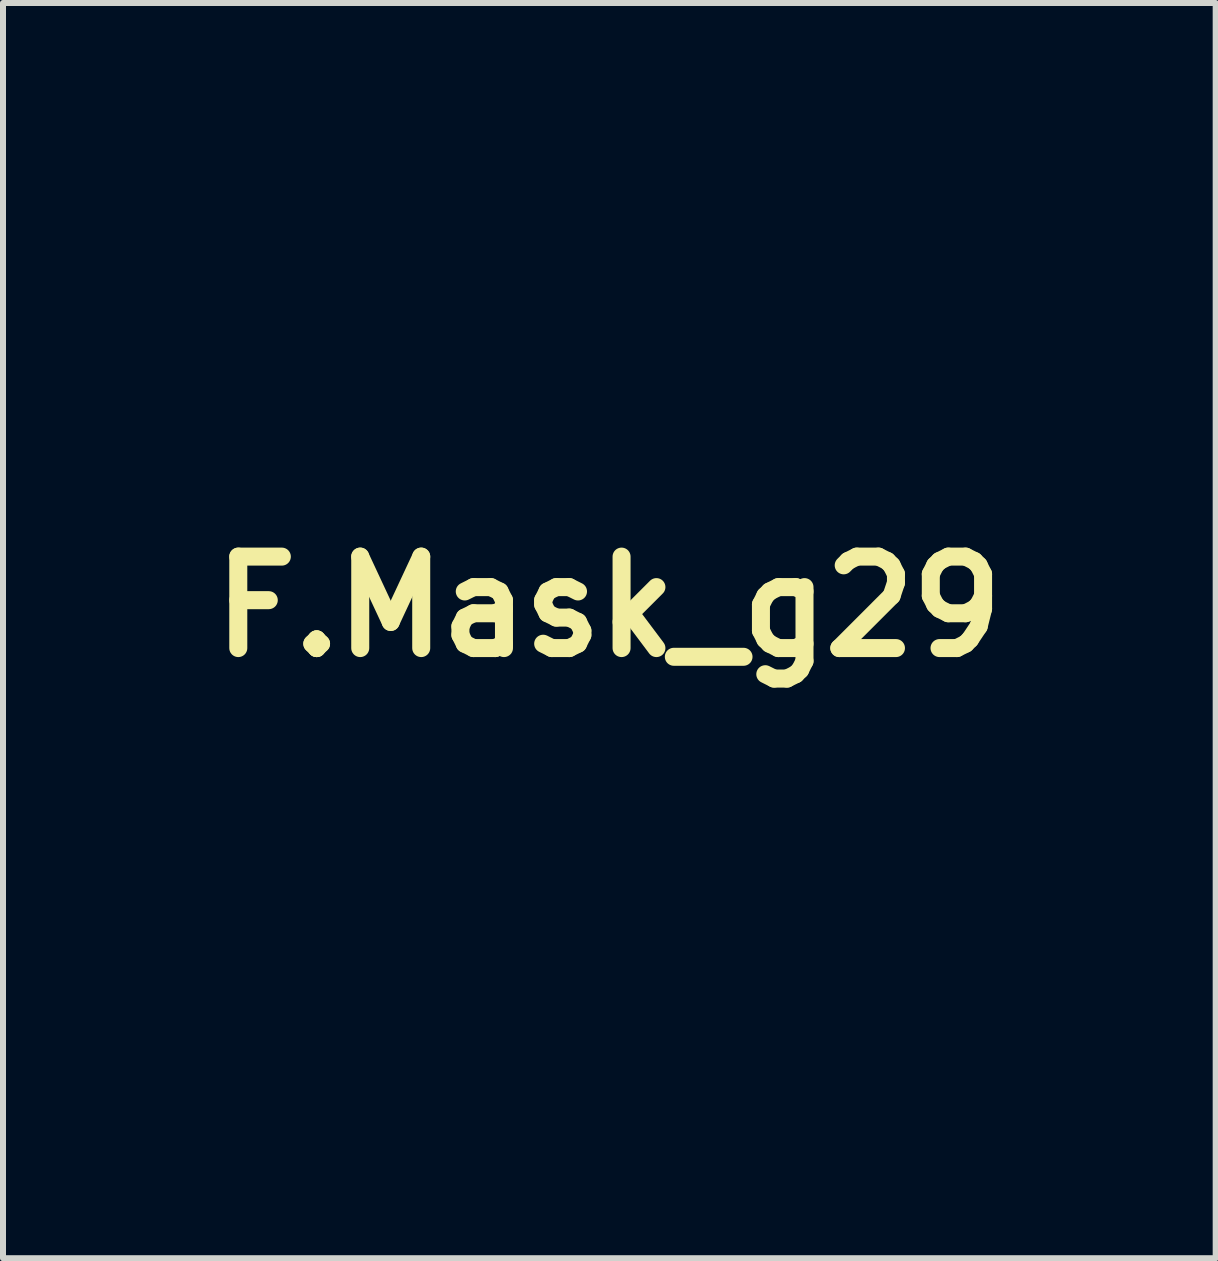
<source format=kicad_pcb>
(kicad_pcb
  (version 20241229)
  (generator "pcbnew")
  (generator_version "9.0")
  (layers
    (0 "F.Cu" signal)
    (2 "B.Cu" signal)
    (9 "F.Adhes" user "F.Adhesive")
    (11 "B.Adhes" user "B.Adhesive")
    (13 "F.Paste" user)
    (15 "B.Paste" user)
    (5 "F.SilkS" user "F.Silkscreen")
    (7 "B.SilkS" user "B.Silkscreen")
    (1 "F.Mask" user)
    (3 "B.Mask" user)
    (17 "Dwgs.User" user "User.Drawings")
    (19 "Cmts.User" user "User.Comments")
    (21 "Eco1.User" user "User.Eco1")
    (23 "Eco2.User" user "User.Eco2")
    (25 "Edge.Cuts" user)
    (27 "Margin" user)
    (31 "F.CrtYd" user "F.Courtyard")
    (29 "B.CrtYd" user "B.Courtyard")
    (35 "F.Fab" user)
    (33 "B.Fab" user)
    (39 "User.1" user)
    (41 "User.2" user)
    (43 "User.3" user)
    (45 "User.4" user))
  (footprint "F.Mask_g29"
    (layer "F.Cu")
    (at 7.089 7.059)
    (property "Reference" "F.Mask_g29" (at 0 0 0) (layer "F.SilkS") (effects (font (size 1.524 1.524) (thickness 0.3))))
    (attr through_hole)
    (fp_poly (pts (xy -1.77 0.41) (xy -1.739 0.425) (xy -1.693 0.468) (xy -1.672 0.513) (xy -1.65 0.556) (xy -1.595 0.621) (xy -1.506 0.707) (xy -1.445 0.763) (xy -1.228 0.955) (xy -1.228 1.527) (xy -1.227 1.699) (xy -1.227 1.833) (xy -1.225 1.935) (xy -1.222 2.01) (xy -1.218 2.064) (xy -1.211 2.101) (xy -1.203 2.126) (xy -1.191 2.145) (xy -1.187 2.152) (xy -1.159 2.211) (xy -1.167 2.265) (xy -1.201 2.306) (xy -1.254 2.327) (xy -1.32 2.323) (xy -1.36 2.305) (xy -1.388 2.268) (xy -1.396 2.212) (xy -1.395 2.208) (xy -1.312 2.208) (xy -1.303 2.244) (xy -1.298 2.251) (xy -1.274 2.252) (xy -1.248 2.232) (xy -1.238 2.205) (xy -1.24 2.199) (xy -1.268 2.181) (xy -1.299 2.186) (xy -1.312 2.208) (xy -1.395 2.208) (xy -1.382 2.159) (xy -1.365 2.138) (xy -1.356 2.124) (xy -1.348 2.098) (xy -1.342 2.055) (xy -1.338 1.989) (xy -1.336 1.898) (xy -1.334 1.775) (xy -1.334 1.616) (xy -1.333 1.547) (xy -1.333 0.982) (xy -1.526 0.814) (xy -1.605 0.748) (xy -1.676 0.693) (xy -1.732 0.654) (xy -1.764 0.639) (xy -1.842 0.616) (xy -1.891 0.574) (xy -1.908 0.523) (xy -1.833 0.523) (xy -1.831 0.529) (xy -1.799 0.549) (xy -1.761 0.543) (xy -1.747 0.531) (xy -1.75 0.504) (xy -1.758 0.497) (xy -1.791 0.491) (xy -1.822 0.502) (xy -1.833 0.523) (xy -1.908 0.523) (xy -1.908 0.523) (xy -1.891 0.47) (xy -1.85 0.43) (xy -1.806 0.407) (xy -1.77 0.41)) (stroke (width 0.01) (type solid)) (fill yes) (layer "F.Mask"))
    (fp_poly (pts (xy 0.925 -1.145) (xy 0.971 -1.11) (xy 0.994 -1.051) (xy 0.995 -1.036) (xy 0.985 -0.984) (xy 0.963 -0.96) (xy 0.954 -0.951) (xy 0.946 -0.931) (xy 0.941 -0.893) (xy 0.937 -0.834) (xy 0.934 -0.749) (xy 0.933 -0.634) (xy 0.933 -0.483) (xy 0.933 -0.373) (xy 0.935 0.201) (xy 1.344 0.561) (xy 1.482 0.681) (xy 1.593 0.775) (xy 1.678 0.844) (xy 1.742 0.891) (xy 1.788 0.918) (xy 1.816 0.927) (xy 1.885 0.95) (xy 1.93 0.994) (xy 1.942 1.053) (xy 1.939 1.066) (xy 1.908 1.115) (xy 1.851 1.144) (xy 1.786 1.146) (xy 1.754 1.135) (xy 1.709 1.091) (xy 1.697 1.047) (xy 1.696 1.044) (xy 1.782 1.044) (xy 1.786 1.074) (xy 1.813 1.076) (xy 1.846 1.055) (xy 1.852 1.037) (xy 1.839 1.01) (xy 1.811 1.008) (xy 1.786 1.03) (xy 1.782 1.044) (xy 1.696 1.044) (xy 1.69 1.024) (xy 1.671 0.993) (xy 1.637 0.954) (xy 1.585 0.901) (xy 1.512 0.831) (xy 1.413 0.742) (xy 1.286 0.63) (xy 1.257 0.604) (xy 0.826 0.225) (xy 0.826 -0.364) (xy 0.825 -0.564) (xy 0.822 -0.724) (xy 0.818 -0.841) (xy 0.813 -0.917) (xy 0.806 -0.951) (xy 0.804 -0.953) (xy 0.778 -0.971) (xy 0.761 -1.013) (xy 0.76 -1.041) (xy 0.838 -1.041) (xy 0.859 -1.015) (xy 0.885 -1.005) (xy 0.891 -1.007) (xy 0.909 -1.036) (xy 0.91 -1.049) (xy 0.894 -1.075) (xy 0.861 -1.078) (xy 0.84 -1.066) (xy 0.838 -1.041) (xy 0.76 -1.041) (xy 0.758 -1.061) (xy 0.766 -1.086) (xy 0.81 -1.135) (xy 0.867 -1.154) (xy 0.925 -1.145)) (stroke (width 0.01) (type solid)) (fill yes) (layer "F.Mask"))
    (fp_poly (pts (xy 1.363 -1.14) (xy 1.417 -1.099) (xy 1.431 -1.045) (xy 1.405 -0.98) (xy 1.399 -0.972) (xy 1.386 -0.952) (xy 1.375 -0.929) (xy 1.367 -0.898) (xy 1.362 -0.854) (xy 1.358 -0.791) (xy 1.356 -0.703) (xy 1.355 -0.586) (xy 1.355 -0.435) (xy 1.355 -0.363) (xy 1.355 0.187) (xy 1.56 0.368) (xy 1.66 0.454) (xy 1.734 0.51) (xy 1.788 0.542) (xy 1.822 0.55) (xy 1.88 0.567) (xy 1.927 0.606) (xy 1.947 0.657) (xy 1.947 0.66) (xy 1.929 0.706) (xy 1.882 0.741) (xy 1.822 0.76) (xy 1.761 0.759) (xy 1.719 0.737) (xy 1.699 0.697) (xy 1.693 0.662) (xy 1.785 0.662) (xy 1.8 0.692) (xy 1.82 0.699) (xy 1.847 0.683) (xy 1.853 0.675) (xy 1.856 0.643) (xy 1.833 0.622) (xy 1.803 0.624) (xy 1.797 0.629) (xy 1.785 0.662) (xy 1.693 0.662) (xy 1.693 0.657) (xy 1.68 0.616) (xy 1.641 0.565) (xy 1.571 0.5) (xy 1.493 0.433) (xy 1.411 0.36) (xy 1.352 0.306) (xy 1.255 0.215) (xy 1.258 -0.35) (xy 1.259 -0.521) (xy 1.259 -0.654) (xy 1.258 -0.755) (xy 1.255 -0.83) (xy 1.251 -0.882) (xy 1.245 -0.918) (xy 1.236 -0.943) (xy 1.225 -0.962) (xy 1.222 -0.965) (xy 1.191 -1.03) (xy 1.193 -1.045) (xy 1.273 -1.045) (xy 1.277 -1.028) (xy 1.301 -1.009) (xy 1.335 -1.012) (xy 1.354 -1.036) (xy 1.355 -1.04) (xy 1.338 -1.063) (xy 1.303 -1.077) (xy 1.277 -1.072) (xy 1.273 -1.045) (xy 1.193 -1.045) (xy 1.199 -1.088) (xy 1.244 -1.133) (xy 1.252 -1.138) (xy 1.309 -1.154) (xy 1.363 -1.14)) (stroke (width 0.01) (type solid)) (fill yes) (layer "F.Mask"))
    (fp_poly (pts (xy -4.595 -7.046) (xy -4.561 -7.027) (xy -4.535 -6.981) (xy -4.534 -6.92) (xy -4.549 -6.881) (xy -4.581 -6.858) (xy -4.635 -6.84) (xy -4.642 -6.839) (xy -4.673 -6.828) (xy -4.716 -6.803) (xy -4.774 -6.762) (xy -4.851 -6.7) (xy -4.95 -6.617) (xy -5.075 -6.508) (xy -5.131 -6.458) (xy -5.546 -6.09) (xy -5.546 0.802) (xy -5.98 1.187) (xy -6.117 1.31) (xy -6.225 1.408) (xy -6.306 1.485) (xy -6.362 1.542) (xy -6.396 1.584) (xy -6.412 1.612) (xy -6.413 1.621) (xy -6.431 1.669) (xy -6.474 1.713) (xy -6.526 1.735) (xy -6.536 1.736) (xy -6.569 1.722) (xy -6.611 1.688) (xy -6.615 1.684) (xy -6.648 1.628) (xy -6.648 1.626) (xy -6.573 1.626) (xy -6.571 1.632) (xy -6.543 1.65) (xy -6.511 1.645) (xy -6.498 1.623) (xy -6.507 1.587) (xy -6.512 1.581) (xy -6.537 1.579) (xy -6.563 1.6) (xy -6.573 1.626) (xy -6.648 1.626) (xy -6.645 1.573) (xy -6.61 1.528) (xy -6.549 1.505) (xy -6.525 1.503) (xy -6.494 1.491) (xy -6.44 1.454) (xy -6.36 1.392) (xy -6.253 1.303) (xy -6.118 1.185) (xy -6.053 1.128) (xy -5.63 0.753) (xy -5.63 -6.137) (xy -5.207 -6.514) (xy -5.063 -6.643) (xy -4.95 -6.748) (xy -4.867 -6.828) (xy -4.814 -6.886) (xy -4.787 -6.923) (xy -4.784 -6.934) (xy -4.783 -6.937) (xy -4.694 -6.937) (xy -4.688 -6.92) (xy -4.661 -6.905) (xy -4.632 -6.921) (xy -4.618 -6.95) (xy -4.627 -6.98) (xy -4.643 -6.985) (xy -4.682 -6.97) (xy -4.694 -6.937) (xy -4.783 -6.937) (xy -4.765 -6.99) (xy -4.719 -7.031) (xy -4.657 -7.052) (xy -4.595 -7.046)) (stroke (width 0.01) (type solid)) (fill yes) (layer "F.Mask"))
    (fp_poly (pts (xy -5.035 -7.044) (xy -4.982 -7.009) (xy -4.96 -6.96) (xy -4.967 -6.907) (xy -5 -6.863) (xy -5.057 -6.839) (xy -5.079 -6.837) (xy -5.105 -6.83) (xy -5.145 -6.807) (xy -5.201 -6.767) (xy -5.277 -6.706) (xy -5.375 -6.622) (xy -5.501 -6.512) (xy -5.552 -6.466) (xy -5.969 -6.095) (xy -5.969 0.795) (xy -6.401 1.175) (xy -6.534 1.293) (xy -6.638 1.386) (xy -6.716 1.459) (xy -6.771 1.514) (xy -6.807 1.556) (xy -6.828 1.586) (xy -6.835 1.609) (xy -6.835 1.613) (xy -6.856 1.671) (xy -6.904 1.716) (xy -6.965 1.736) (xy -6.969 1.736) (xy -7.011 1.721) (xy -7.048 1.693) (xy -7.084 1.635) (xy -7.084 1.624) (xy -7.002 1.624) (xy -6.992 1.637) (xy -6.958 1.651) (xy -6.929 1.639) (xy -6.921 1.619) (xy -6.939 1.593) (xy -6.964 1.587) (xy -7.001 1.598) (xy -7.002 1.624) (xy -7.084 1.624) (xy -7.082 1.579) (xy -7.046 1.532) (xy -6.979 1.503) (xy -6.956 1.499) (xy -6.923 1.486) (xy -6.869 1.451) (xy -6.793 1.393) (xy -6.692 1.31) (xy -6.563 1.199) (xy -6.486 1.132) (xy -6.077 0.773) (xy -6.076 -2.678) (xy -6.075 -6.128) (xy -5.643 -6.509) (xy -5.51 -6.627) (xy -5.406 -6.721) (xy -5.328 -6.794) (xy -5.272 -6.85) (xy -5.235 -6.892) (xy -5.213 -6.924) (xy -5.207 -6.942) (xy -5.123 -6.942) (xy -5.108 -6.914) (xy -5.077 -6.905) (xy -5.052 -6.926) (xy -5.048 -6.944) (xy -5.066 -6.973) (xy -5.085 -6.981) (xy -5.115 -6.972) (xy -5.123 -6.942) (xy -5.207 -6.942) (xy -5.204 -6.949) (xy -5.204 -6.953) (xy -5.179 -7.015) (xy -5.127 -7.049) (xy -5.057 -7.051) (xy -5.035 -7.044)) (stroke (width 0.01) (type solid)) (fill yes) (layer "F.Mask"))
    (fp_poly (pts (xy -1.739 0.033) (xy -1.696 0.066) (xy -1.677 0.117) (xy -1.67 0.14) (xy -1.653 0.169) (xy -1.621 0.208) (xy -1.571 0.259) (xy -1.501 0.326) (xy -1.406 0.412) (xy -1.283 0.521) (xy -1.238 0.561) (xy -0.806 0.942) (xy -0.805 1.525) (xy -0.805 1.697) (xy -0.804 1.832) (xy -0.802 1.935) (xy -0.8 2.01) (xy -0.795 2.063) (xy -0.789 2.098) (xy -0.781 2.121) (xy -0.77 2.136) (xy -0.762 2.144) (xy -0.725 2.197) (xy -0.728 2.253) (xy -0.758 2.293) (xy -0.819 2.324) (xy -0.885 2.322) (xy -0.939 2.29) (xy -0.97 2.232) (xy -0.97 2.229) (xy -0.882 2.229) (xy -0.867 2.258) (xy -0.847 2.265) (xy -0.82 2.249) (xy -0.814 2.242) (xy -0.811 2.21) (xy -0.834 2.188) (xy -0.864 2.19) (xy -0.87 2.195) (xy -0.882 2.229) (xy -0.97 2.229) (xy -0.96 2.175) (xy -0.931 2.138) (xy -0.918 2.123) (xy -0.908 2.104) (xy -0.901 2.075) (xy -0.896 2.031) (xy -0.892 1.968) (xy -0.89 1.88) (xy -0.889 1.761) (xy -0.889 1.607) (xy -0.889 1.547) (xy -0.889 0.999) (xy -1.307 0.627) (xy -1.434 0.515) (xy -1.545 0.42) (xy -1.638 0.344) (xy -1.709 0.289) (xy -1.754 0.259) (xy -1.768 0.254) (xy -1.834 0.237) (xy -1.884 0.192) (xy -1.902 0.142) (xy -1.833 0.142) (xy -1.831 0.148) (xy -1.799 0.168) (xy -1.761 0.162) (xy -1.747 0.15) (xy -1.75 0.123) (xy -1.758 0.116) (xy -1.791 0.11) (xy -1.822 0.121) (xy -1.833 0.142) (xy -1.902 0.142) (xy -1.905 0.133) (xy -1.905 0.129) (xy -1.889 0.073) (xy -1.847 0.038) (xy -1.794 0.024) (xy -1.739 0.033)) (stroke (width 0.01) (type solid)) (fill yes) (layer "F.Mask"))
    (fp_poly (pts (xy -5.031 0.991) (xy -4.983 1.026) (xy -4.97 1.047) (xy -4.962 1.109) (xy -4.988 1.164) (xy -5.038 1.2) (xy -5.078 1.206) (xy -5.103 1.212) (xy -5.139 1.231) (xy -5.189 1.265) (xy -5.257 1.318) (xy -5.346 1.392) (xy -5.46 1.49) (xy -5.552 1.572) (xy -5.967 1.937) (xy -5.968 5.747) (xy -4.711 6.858) (xy -2.985 6.858) (xy -1.259 6.859) (xy -0.832 7.239) (xy -0.693 7.363) (xy -0.581 7.459) (xy -0.495 7.53) (xy -0.43 7.579) (xy -0.384 7.608) (xy -0.355 7.62) (xy -0.351 7.62) (xy -0.292 7.636) (xy -0.241 7.677) (xy -0.213 7.728) (xy -0.212 7.744) (xy -0.23 7.797) (xy -0.275 7.834) (xy -0.334 7.85) (xy -0.393 7.841) (xy -0.429 7.816) (xy -0.459 7.764) (xy -0.467 7.736) (xy -0.381 7.736) (xy -0.363 7.762) (xy -0.339 7.768) (xy -0.304 7.755) (xy -0.296 7.736) (xy -0.314 7.711) (xy -0.339 7.705) (xy -0.373 7.718) (xy -0.381 7.736) (xy -0.467 7.736) (xy -0.469 7.73) (xy -0.489 7.697) (xy -0.541 7.638) (xy -0.627 7.553) (xy -0.745 7.443) (xy -0.889 7.312) (xy -1.302 6.944) (xy -3.029 6.944) (xy -4.757 6.943) (xy -6.075 5.775) (xy -6.075 1.914) (xy -5.641 1.528) (xy -5.506 1.406) (xy -5.4 1.31) (xy -5.32 1.234) (xy -5.264 1.177) (xy -5.229 1.135) (xy -5.211 1.106) (xy -5.207 1.09) (xy -5.207 1.089) (xy -5.122 1.089) (xy -5.105 1.116) (xy -5.078 1.122) (xy -5.046 1.112) (xy -5.043 1.095) (xy -5.066 1.069) (xy -5.098 1.063) (xy -5.12 1.078) (xy -5.122 1.089) (xy -5.207 1.089) (xy -5.19 1.034) (xy -5.146 0.997) (xy -5.089 0.982) (xy -5.031 0.991)) (stroke (width 0.01) (type solid)) (fill yes) (layer "F.Mask"))
    (fp_poly (pts (xy 1.294 -4.744) (xy 1.338 -4.698) (xy 1.355 -4.643) (xy 1.37 -4.614) (xy 1.418 -4.56) (xy 1.497 -4.481) (xy 1.609 -4.377) (xy 1.754 -4.247) (xy 1.777 -4.226) (xy 2.199 -3.852) (xy 4.786 -3.852) (xy 5.441 -3.27) (xy 6.096 -2.687) (xy 6.097 -0.005) (xy 6.098 2.678) (xy 6.519 3.048) (xy 6.645 3.158) (xy 6.756 3.251) (xy 6.848 3.326) (xy 6.918 3.379) (xy 6.962 3.407) (xy 6.975 3.412) (xy 7.028 3.42) (xy 7.078 3.455) (xy 7.109 3.503) (xy 7.112 3.523) (xy 7.095 3.584) (xy 7.051 3.625) (xy 6.993 3.642) (xy 6.934 3.631) (xy 6.891 3.594) (xy 6.866 3.545) (xy 6.864 3.538) (xy 6.949 3.538) (xy 6.971 3.555) (xy 6.983 3.556) (xy 7.02 3.543) (xy 7.027 3.523) (xy 7.011 3.497) (xy 6.992 3.496) (xy 6.957 3.514) (xy 6.949 3.538) (xy 6.864 3.538) (xy 6.858 3.51) (xy 6.843 3.486) (xy 6.799 3.438) (xy 6.73 3.37) (xy 6.641 3.286) (xy 6.535 3.188) (xy 6.435 3.098) (xy 6.011 2.722) (xy 6.011 -2.64) (xy 4.739 -3.768) (xy 3.444 -3.768) (xy 2.148 -3.769) (xy 1.721 -4.149) (xy 1.581 -4.273) (xy 1.469 -4.369) (xy 1.382 -4.441) (xy 1.317 -4.49) (xy 1.272 -4.519) (xy 1.243 -4.529) (xy 1.239 -4.53) (xy 1.184 -4.545) (xy 1.134 -4.582) (xy 1.104 -4.628) (xy 1.101 -4.646) (xy 1.185 -4.646) (xy 1.203 -4.62) (xy 1.228 -4.614) (xy 1.262 -4.628) (xy 1.27 -4.646) (xy 1.252 -4.672) (xy 1.228 -4.678) (xy 1.193 -4.665) (xy 1.185 -4.646) (xy 1.101 -4.646) (xy 1.119 -4.692) (xy 1.162 -4.734) (xy 1.215 -4.76) (xy 1.235 -4.763) (xy 1.294 -4.744)) (stroke (width 0.01) (type solid)) (fill yes) (layer "F.Mask"))
    (fp_poly (pts (xy -1.224 -1.142) (xy -1.176 -1.099) (xy -1.168 -1.086) (xy -1.16 -1.042) (xy -1.169 -0.994) (xy -1.19 -0.959) (xy -1.206 -0.953) (xy -1.215 -0.932) (xy -1.221 -0.87) (xy -1.226 -0.768) (xy -1.228 -0.629) (xy -1.228 -0.573) (xy -1.228 -0.193) (xy -1.022 -0.012) (xy -0.817 0.169) (xy -0.196 0.169) (xy -0.017 0.169) (xy 0.124 0.169) (xy 0.232 0.167) (xy 0.314 0.165) (xy 0.373 0.161) (xy 0.415 0.156) (xy 0.444 0.148) (xy 0.466 0.138) (xy 0.485 0.125) (xy 0.489 0.122) (xy 0.534 0.093) (xy 0.567 0.088) (xy 0.607 0.105) (xy 0.61 0.107) (xy 0.658 0.153) (xy 0.673 0.194) (xy 0.663 0.256) (xy 0.625 0.298) (xy 0.568 0.316) (xy 0.504 0.304) (xy 0.475 0.286) (xy 0.457 0.277) (xy 0.426 0.27) (xy 0.377 0.265) (xy 0.307 0.261) (xy 0.21 0.258) (xy 0.083 0.256) (xy -0.078 0.255) (xy -0.216 0.255) (xy -0.867 0.254) (xy -0.91 0.215) (xy 0.514 0.215) (xy 0.536 0.232) (xy 0.549 0.233) (xy 0.585 0.219) (xy 0.593 0.2) (xy 0.577 0.174) (xy 0.557 0.173) (xy 0.522 0.191) (xy 0.514 0.215) (xy -0.91 0.215) (xy -1.332 -0.159) (xy -1.333 -0.553) (xy -1.333 -0.695) (xy -1.335 -0.8) (xy -1.339 -0.873) (xy -1.345 -0.921) (xy -1.353 -0.948) (xy -1.364 -0.959) (xy -1.365 -0.96) (xy -1.389 -0.989) (xy -1.397 -1.036) (xy -1.392 -1.055) (xy -1.326 -1.055) (xy -1.313 -1.027) (xy -1.312 -1.026) (xy -1.283 -1.006) (xy -1.256 -1.019) (xy -1.239 -1.049) (xy -1.247 -1.064) (xy -1.282 -1.076) (xy -1.303 -1.071) (xy -1.326 -1.055) (xy -1.392 -1.055) (xy -1.38 -1.099) (xy -1.338 -1.139) (xy -1.282 -1.155) (xy -1.224 -1.142)) (stroke (width 0.01) (type solid)) (fill yes) (layer "F.Mask"))
    (fp_poly (pts (xy -0.392 -6.92) (xy 0.269 -6.333) (xy 0.93 -5.747) (xy 0.932 -4.784) (xy 0.934 -3.821) (xy 1.348 -3.455) (xy 1.481 -3.339) (xy 1.587 -3.249) (xy 1.669 -3.182) (xy 1.73 -3.135) (xy 1.775 -3.107) (xy 1.807 -3.093) (xy 1.823 -3.09) (xy 1.886 -3.072) (xy 1.917 -3.038) (xy 1.94 -2.974) (xy 1.922 -2.919) (xy 1.872 -2.882) (xy 1.832 -2.864) (xy 1.808 -2.861) (xy 1.778 -2.874) (xy 1.757 -2.885) (xy 1.709 -2.93) (xy 1.697 -2.97) (xy 1.696 -2.973) (xy 1.778 -2.973) (xy 1.793 -2.947) (xy 1.825 -2.945) (xy 1.854 -2.966) (xy 1.852 -2.993) (xy 1.826 -3.014) (xy 1.796 -3.014) (xy 1.795 -3.014) (xy 1.779 -2.986) (xy 1.778 -2.973) (xy 1.696 -2.973) (xy 1.688 -2.994) (xy 1.665 -3.028) (xy 1.623 -3.074) (xy 1.561 -3.137) (xy 1.475 -3.218) (xy 1.362 -3.321) (xy 1.258 -3.413) (xy 0.826 -3.798) (xy 0.826 -5.711) (xy 0.196 -6.273) (xy -0.434 -6.834) (xy -2.138 -6.836) (xy -3.842 -6.837) (xy -4.255 -6.47) (xy -4.388 -6.351) (xy -4.493 -6.255) (xy -4.571 -6.179) (xy -4.627 -6.121) (xy -4.664 -6.077) (xy -4.684 -6.044) (xy -4.688 -6.031) (xy -4.725 -5.965) (xy -4.78 -5.934) (xy -4.845 -5.939) (xy -4.877 -5.955) (xy -4.92 -6.002) (xy -4.926 -6.043) (xy -4.847 -6.043) (xy -4.83 -6.017) (xy -4.805 -6.011) (xy -4.77 -6.025) (xy -4.763 -6.043) (xy -4.78 -6.069) (xy -4.805 -6.075) (xy -4.839 -6.062) (xy -4.847 -6.043) (xy -4.926 -6.043) (xy -4.928 -6.056) (xy -4.906 -6.107) (xy -4.858 -6.145) (xy -4.791 -6.16) (xy -4.758 -6.174) (xy -4.695 -6.219) (xy -4.603 -6.292) (xy -4.482 -6.394) (xy -4.334 -6.524) (xy -4.315 -6.54) (xy -3.887 -6.921) (xy -0.392 -6.92)) (stroke (width 0.01) (type solid)) (fill yes) (layer "F.Mask"))
    (fp_poly (pts (xy 4.711 2.906) (xy 4.766 2.935) (xy 4.8 2.985) (xy 4.805 3.018) (xy 4.821 3.047) (xy 4.87 3.101) (xy 4.951 3.181) (xy 5.063 3.284) (xy 5.206 3.412) (xy 5.238 3.44) (xy 5.671 3.821) (xy 5.672 4.797) (xy 5.673 5.773) (xy 5.228 6.167) (xy 4.784 6.562) (xy -0.011 6.562) (xy -0.441 6.181) (xy -0.575 6.063) (xy -0.682 5.97) (xy -0.765 5.901) (xy -0.828 5.853) (xy -0.874 5.821) (xy -0.908 5.805) (xy -0.932 5.8) (xy -0.994 5.783) (xy -1.03 5.745) (xy -1.052 5.689) (xy -1.047 5.675) (xy -0.965 5.675) (xy -0.963 5.702) (xy -0.937 5.723) (xy -0.907 5.723) (xy -0.906 5.723) (xy -0.89 5.695) (xy -0.889 5.682) (xy -0.904 5.657) (xy -0.936 5.654) (xy -0.965 5.675) (xy -1.047 5.675) (xy -1.035 5.641) (xy -0.979 5.595) (xy -0.969 5.589) (xy -0.926 5.571) (xy -0.889 5.577) (xy -0.86 5.595) (xy -0.815 5.643) (xy -0.804 5.682) (xy -0.797 5.705) (xy -0.775 5.738) (xy -0.733 5.784) (xy -0.669 5.847) (xy -0.581 5.93) (xy -0.465 6.035) (xy -0.386 6.105) (xy 0.032 6.477) (xy 4.738 6.477) (xy 5.566 5.747) (xy 5.567 3.857) (xy 5.152 3.49) (xy 5.016 3.37) (xy 4.908 3.277) (xy 4.823 3.208) (xy 4.758 3.159) (xy 4.71 3.128) (xy 4.674 3.112) (xy 4.663 3.109) (xy 4.594 3.083) (xy 4.556 3.04) (xy 4.555 3.012) (xy 4.642 3.012) (xy 4.658 3.041) (xy 4.678 3.048) (xy 4.705 3.033) (xy 4.711 3.025) (xy 4.713 2.993) (xy 4.691 2.971) (xy 4.66 2.974) (xy 4.654 2.978) (xy 4.642 3.012) (xy 4.555 3.012) (xy 4.553 2.988) (xy 4.589 2.935) (xy 4.59 2.935) (xy 4.648 2.905) (xy 4.711 2.906)) (stroke (width 0.01) (type solid)) (fill yes) (layer "F.Mask"))
    (fp_poly (pts (xy -4.183 0.988) (xy -4.14 1.023) (xy -4.103 1.065) (xy -4.085 1.098) (xy -4.085 1.1) (xy -4.103 1.139) (xy -4.146 1.177) (xy -4.197 1.202) (xy -4.223 1.206) (xy -4.251 1.215) (xy -4.296 1.243) (xy -4.361 1.292) (xy -4.45 1.365) (xy -4.564 1.462) (xy -4.694 1.577) (xy -5.112 1.948) (xy -5.115 5.738) (xy -4.912 5.916) (xy -4.71 6.095) (xy -2.985 6.096) (xy -1.259 6.096) (xy -0.83 6.477) (xy -0.678 6.61) (xy -0.555 6.714) (xy -0.459 6.791) (xy -0.393 6.839) (xy -0.355 6.858) (xy -0.353 6.858) (xy -0.289 6.874) (xy -0.237 6.913) (xy -0.212 6.965) (xy -0.212 6.974) (xy -0.23 7.025) (xy -0.275 7.069) (xy -0.33 7.09) (xy -0.339 7.091) (xy -0.38 7.079) (xy -0.419 7.058) (xy -0.455 7.015) (xy -0.466 6.975) (xy -0.466 6.974) (xy -0.381 6.974) (xy -0.363 7) (xy -0.339 7.006) (xy -0.304 6.993) (xy -0.296 6.974) (xy -0.314 6.949) (xy -0.339 6.943) (xy -0.373 6.956) (xy -0.381 6.974) (xy -0.466 6.974) (xy -0.473 6.952) (xy -0.498 6.918) (xy -0.543 6.869) (xy -0.61 6.802) (xy -0.703 6.715) (xy -0.825 6.606) (xy -0.884 6.553) (xy -1.302 6.182) (xy -4.752 6.181) (xy -5.207 5.777) (xy -5.207 1.908) (xy -4.773 1.522) (xy -4.635 1.398) (xy -4.526 1.298) (xy -4.445 1.221) (xy -4.389 1.163) (xy -4.355 1.121) (xy -4.34 1.094) (xy -4.339 1.09) (xy -4.255 1.09) (xy -4.24 1.114) (xy -4.21 1.116) (xy -4.187 1.097) (xy -4.185 1.09) (xy -4.198 1.069) (xy -4.217 1.062) (xy -4.249 1.071) (xy -4.255 1.09) (xy -4.339 1.09) (xy -4.339 1.088) (xy -4.321 1.04) (xy -4.278 0.997) (xy -4.227 0.974) (xy -4.217 0.974) (xy -4.183 0.988)) (stroke (width 0.01) (type solid)) (fill yes) (layer "F.Mask"))
    (fp_poly (pts (xy -1.646 -1.135) (xy -1.607 -1.096) (xy -1.591 -1.045) (xy -1.606 -0.991) (xy -1.629 -0.964) (xy -1.645 -0.947) (xy -1.656 -0.925) (xy -1.664 -0.891) (xy -1.668 -0.839) (xy -1.671 -0.762) (xy -1.672 -0.653) (xy -1.672 -0.563) (xy -1.671 -0.201) (xy -1.247 0.175) (xy -0.823 0.55) (xy 0.904 0.55) (xy 1.341 0.937) (xy 1.777 1.323) (xy 1.778 1.715) (xy 1.778 1.853) (xy 1.779 1.955) (xy 1.782 2.027) (xy 1.787 2.074) (xy 1.795 2.104) (xy 1.806 2.121) (xy 1.82 2.133) (xy 1.855 2.176) (xy 1.86 2.234) (xy 1.836 2.288) (xy 1.829 2.295) (xy 1.775 2.323) (xy 1.709 2.324) (xy 1.651 2.297) (xy 1.644 2.29) (xy 1.612 2.232) (xy 1.613 2.228) (xy 1.698 2.228) (xy 1.705 2.245) (xy 1.732 2.26) (xy 1.761 2.245) (xy 1.774 2.215) (xy 1.765 2.185) (xy 1.749 2.18) (xy 1.711 2.195) (xy 1.698 2.228) (xy 1.613 2.228) (xy 1.622 2.177) (xy 1.651 2.144) (xy 1.666 2.128) (xy 1.678 2.106) (xy 1.685 2.072) (xy 1.69 2.019) (xy 1.692 1.941) (xy 1.693 1.831) (xy 1.693 1.742) (xy 1.693 1.377) (xy 1.277 1.006) (xy 0.86 0.635) (xy -0.867 0.635) (xy -1.757 -0.154) (xy -1.757 -0.533) (xy -1.757 -0.67) (xy -1.759 -0.771) (xy -1.762 -0.843) (xy -1.768 -0.893) (xy -1.776 -0.928) (xy -1.789 -0.954) (xy -1.801 -0.972) (xy -1.832 -1.038) (xy -1.829 -1.056) (xy -1.748 -1.056) (xy -1.746 -1.029) (xy -1.72 -1.008) (xy -1.69 -1.008) (xy -1.689 -1.008) (xy -1.674 -1.036) (xy -1.672 -1.049) (xy -1.687 -1.074) (xy -1.719 -1.077) (xy -1.748 -1.056) (xy -1.829 -1.056) (xy -1.823 -1.093) (xy -1.774 -1.136) (xy -1.765 -1.14) (xy -1.701 -1.153) (xy -1.646 -1.135)) (stroke (width 0.01) (type solid)) (fill yes) (layer "F.Mask"))
    (fp_poly (pts (xy 1.281 -4.365) (xy 1.33 -4.326) (xy 1.354 -4.275) (xy 1.355 -4.266) (xy 1.363 -4.243) (xy 1.389 -4.208) (xy 1.435 -4.157) (xy 1.505 -4.089) (xy 1.601 -4) (xy 1.726 -3.887) (xy 1.773 -3.845) (xy 2.191 -3.473) (xy 3.487 -3.472) (xy 4.783 -3.471) (xy 5.673 -2.682) (xy 5.673 2.679) (xy 6.093 3.053) (xy 6.227 3.171) (xy 6.334 3.263) (xy 6.416 3.331) (xy 6.477 3.377) (xy 6.519 3.405) (xy 6.547 3.415) (xy 6.557 3.415) (xy 6.604 3.422) (xy 6.651 3.455) (xy 6.683 3.503) (xy 6.689 3.532) (xy 6.671 3.585) (xy 6.625 3.622) (xy 6.566 3.638) (xy 6.507 3.628) (xy 6.47 3.602) (xy 6.442 3.555) (xy 6.435 3.523) (xy 6.519 3.523) (xy 6.537 3.55) (xy 6.563 3.556) (xy 6.596 3.546) (xy 6.599 3.53) (xy 6.576 3.503) (xy 6.544 3.497) (xy 6.521 3.512) (xy 6.519 3.523) (xy 6.435 3.523) (xy 6.435 3.522) (xy 6.418 3.493) (xy 6.369 3.438) (xy 6.289 3.358) (xy 6.177 3.253) (xy 6.034 3.124) (xy 6.001 3.094) (xy 5.567 2.708) (xy 5.566 0.026) (xy 5.565 -2.656) (xy 5.152 -3.022) (xy 4.739 -3.387) (xy 3.444 -3.387) (xy 2.148 -3.387) (xy 1.72 -3.768) (xy 1.58 -3.892) (xy 1.467 -3.989) (xy 1.38 -4.061) (xy 1.314 -4.11) (xy 1.269 -4.139) (xy 1.241 -4.149) (xy 1.239 -4.149) (xy 1.184 -4.164) (xy 1.134 -4.201) (xy 1.104 -4.247) (xy 1.101 -4.265) (xy 1.185 -4.265) (xy 1.203 -4.239) (xy 1.228 -4.233) (xy 1.262 -4.247) (xy 1.27 -4.265) (xy 1.252 -4.291) (xy 1.228 -4.297) (xy 1.193 -4.284) (xy 1.185 -4.265) (xy 1.101 -4.265) (xy 1.118 -4.308) (xy 1.158 -4.351) (xy 1.205 -4.379) (xy 1.223 -4.381) (xy 1.281 -4.365)) (stroke (width 0.01) (type solid)) (fill yes) (layer "F.Mask"))
    (fp_poly (pts (xy 4.306 2.91) (xy 4.349 2.947) (xy 4.374 2.995) (xy 4.381 3.03) (xy 4.397 3.053) (xy 4.44 3.1) (xy 4.508 3.167) (xy 4.595 3.249) (xy 4.698 3.344) (xy 4.805 3.44) (xy 5.228 3.814) (xy 5.227 4.801) (xy 5.227 5.789) (xy 5.006 5.985) (xy 4.784 6.181) (xy -0.011 6.181) (xy -0.439 5.8) (xy -0.579 5.676) (xy -0.692 5.578) (xy -0.78 5.506) (xy -0.845 5.457) (xy -0.89 5.429) (xy -0.918 5.419) (xy -0.92 5.419) (xy -0.975 5.403) (xy -1.025 5.366) (xy -1.055 5.32) (xy -1.056 5.316) (xy -0.967 5.316) (xy -0.946 5.333) (xy -0.933 5.334) (xy -0.897 5.321) (xy -0.889 5.301) (xy -0.905 5.275) (xy -0.924 5.274) (xy -0.96 5.292) (xy -0.967 5.316) (xy -1.056 5.316) (xy -1.058 5.302) (xy -1.041 5.259) (xy -1.001 5.216) (xy -0.954 5.189) (xy -0.936 5.186) (xy -0.878 5.202) (xy -0.829 5.242) (xy -0.805 5.292) (xy -0.804 5.301) (xy -0.796 5.324) (xy -0.771 5.359) (xy -0.725 5.409) (xy -0.656 5.477) (xy -0.561 5.566) (xy -0.438 5.677) (xy -0.386 5.723) (xy 0.032 6.095) (xy 2.386 6.095) (xy 4.741 6.096) (xy 5.144 5.731) (xy 5.143 4.797) (xy 5.142 3.863) (xy 4.718 3.487) (xy 4.583 3.368) (xy 4.475 3.275) (xy 4.391 3.206) (xy 4.328 3.158) (xy 4.282 3.128) (xy 4.25 3.114) (xy 4.236 3.111) (xy 4.17 3.097) (xy 4.134 3.053) (xy 4.128 3.014) (xy 4.128 3.013) (xy 4.216 3.013) (xy 4.22 3.042) (xy 4.247 3.044) (xy 4.28 3.024) (xy 4.286 3.005) (xy 4.273 2.978) (xy 4.245 2.977) (xy 4.221 2.999) (xy 4.216 3.013) (xy 4.128 3.013) (xy 4.145 2.955) (xy 4.189 2.916) (xy 4.247 2.899) (xy 4.306 2.91)) (stroke (width 0.01) (type solid)) (fill yes) (layer "F.Mask"))
    (fp_poly (pts (xy -0.168 -5.954) (xy 0.064 -5.749) (xy 0.064 -3.834) (xy 0.482 -3.462) (xy 0.619 -3.341) (xy 0.729 -3.247) (xy 0.814 -3.177) (xy 0.877 -3.129) (xy 0.922 -3.101) (xy 0.951 -3.091) (xy 0.955 -3.09) (xy 1.011 -3.075) (xy 1.055 -3.036) (xy 1.078 -2.985) (xy 1.075 -2.935) (xy 1.053 -2.905) (xy 0.996 -2.876) (xy 0.933 -2.868) (xy 0.91 -2.872) (xy 0.858 -2.91) (xy 0.829 -2.969) (xy 0.914 -2.969) (xy 0.924 -2.956) (xy 0.958 -2.942) (xy 0.988 -2.954) (xy 0.995 -2.974) (xy 0.977 -3) (xy 0.953 -3.006) (xy 0.916 -2.995) (xy 0.914 -2.969) (xy 0.829 -2.969) (xy 0.828 -2.97) (xy 0.825 -2.994) (xy 0.81 -3.022) (xy 0.765 -3.073) (xy 0.69 -3.148) (xy 0.583 -3.247) (xy 0.444 -3.372) (xy 0.391 -3.418) (xy -0.042 -3.799) (xy -0.044 -4.763) (xy -0.046 -5.726) (xy -0.447 -6.075) (xy -2.144 -6.074) (xy -3.842 -6.074) (xy -4.26 -5.702) (xy -4.395 -5.581) (xy -4.5 -5.484) (xy -4.578 -5.409) (xy -4.632 -5.353) (xy -4.664 -5.313) (xy -4.677 -5.286) (xy -4.678 -5.28) (xy -4.697 -5.218) (xy -4.745 -5.176) (xy -4.796 -5.165) (xy -4.849 -5.18) (xy -4.898 -5.217) (xy -4.929 -5.262) (xy -4.932 -5.28) (xy -4.927 -5.289) (xy -4.838 -5.289) (xy -4.836 -5.262) (xy -4.811 -5.241) (xy -4.78 -5.241) (xy -4.779 -5.241) (xy -4.764 -5.269) (xy -4.763 -5.282) (xy -4.778 -5.308) (xy -4.81 -5.31) (xy -4.838 -5.289) (xy -4.927 -5.289) (xy -4.915 -5.316) (xy -4.873 -5.355) (xy -4.822 -5.386) (xy -4.781 -5.397) (xy -4.755 -5.411) (xy -4.702 -5.449) (xy -4.627 -5.509) (xy -4.534 -5.586) (xy -4.428 -5.676) (xy -4.314 -5.777) (xy -4.312 -5.778) (xy -3.884 -6.159) (xy -2.142 -6.159) (xy -0.399 -6.16) (xy -0.168 -5.954)) (stroke (width 0.01) (type solid)) (fill yes) (layer "F.Mask"))
    (fp_poly (pts (xy 0.044 -6.147) (xy 0.487 -5.753) (xy 0.487 -3.84) (xy 0.909 -3.465) (xy 1.048 -3.343) (xy 1.166 -3.243) (xy 1.26 -3.166) (xy 1.329 -3.116) (xy 1.369 -3.092) (xy 1.376 -3.09) (xy 1.448 -3.076) (xy 1.492 -3.034) (xy 1.503 -2.985) (xy 1.486 -2.928) (xy 1.445 -2.88) (xy 1.393 -2.858) (xy 1.386 -2.857) (xy 1.354 -2.869) (xy 1.317 -2.89) (xy 1.281 -2.932) (xy 1.271 -2.967) (xy 1.343 -2.967) (xy 1.346 -2.961) (xy 1.373 -2.943) (xy 1.405 -2.948) (xy 1.418 -2.97) (xy 1.409 -3.006) (xy 1.404 -3.013) (xy 1.38 -3.014) (xy 1.354 -2.994) (xy 1.343 -2.967) (xy 1.271 -2.967) (xy 1.27 -2.972) (xy 1.261 -2.995) (xy 1.234 -3.031) (xy 1.185 -3.084) (xy 1.113 -3.154) (xy 1.014 -3.246) (xy 0.885 -3.362) (xy 0.836 -3.406) (xy 0.402 -3.791) (xy 0.402 -5.705) (xy 0.176 -5.906) (xy 0.071 -5.999) (xy -0.045 -6.102) (xy -0.158 -6.202) (xy -0.248 -6.281) (xy -0.447 -6.456) (xy -2.144 -6.455) (xy -3.842 -6.455) (xy -4.26 -6.083) (xy -4.372 -5.982) (xy -4.472 -5.889) (xy -4.557 -5.808) (xy -4.622 -5.742) (xy -4.664 -5.696) (xy -4.678 -5.675) (xy -4.695 -5.613) (xy -4.739 -5.568) (xy -4.797 -5.548) (xy -4.858 -5.556) (xy -4.897 -5.584) (xy -4.927 -5.642) (xy -4.924 -5.662) (xy -4.847 -5.662) (xy -4.83 -5.636) (xy -4.805 -5.63) (xy -4.77 -5.644) (xy -4.763 -5.662) (xy -4.78 -5.688) (xy -4.805 -5.694) (xy -4.839 -5.681) (xy -4.847 -5.662) (xy -4.924 -5.662) (xy -4.921 -5.7) (xy -4.884 -5.747) (xy -4.823 -5.775) (xy -4.789 -5.779) (xy -4.757 -5.791) (xy -4.7 -5.831) (xy -4.615 -5.898) (xy -4.503 -5.992) (xy -4.361 -6.116) (xy -4.312 -6.16) (xy -3.884 -6.54) (xy -0.399 -6.54) (xy 0.044 -6.147)) (stroke (width 0.01) (type solid)) (fill yes) (layer "F.Mask"))
    (fp_poly (pts (xy 1.788 2.493) (xy 1.837 2.532) (xy 1.862 2.581) (xy 1.863 2.591) (xy 1.847 2.642) (xy 1.82 2.678) (xy 1.809 2.689) (xy 1.8 2.705) (xy 1.793 2.728) (xy 1.788 2.764) (xy 1.784 2.817) (xy 1.781 2.891) (xy 1.779 2.991) (xy 1.779 3.12) (xy 1.778 3.284) (xy 1.778 3.459) (xy 1.779 4.202) (xy 2.198 4.572) (xy 4.299 4.572) (xy 4.362 4.525) (xy 4.408 4.495) (xy 4.44 4.491) (xy 4.48 4.508) (xy 4.481 4.509) (xy 4.543 4.555) (xy 4.565 4.602) (xy 4.549 4.656) (xy 4.544 4.665) (xy 4.494 4.708) (xy 4.43 4.721) (xy 4.37 4.702) (xy 4.353 4.688) (xy 4.341 4.681) (xy 4.319 4.675) (xy 4.284 4.67) (xy 4.231 4.666) (xy 4.158 4.663) (xy 4.062 4.661) (xy 3.939 4.659) (xy 3.785 4.658) (xy 3.597 4.657) (xy 3.372 4.657) (xy 3.238 4.657) (xy 2.155 4.657) (xy 2.098 4.607) (xy 4.405 4.607) (xy 4.41 4.624) (xy 4.434 4.643) (xy 4.467 4.639) (xy 4.487 4.616) (xy 4.487 4.611) (xy 4.47 4.588) (xy 4.436 4.574) (xy 4.41 4.579) (xy 4.405 4.607) (xy 2.098 4.607) (xy 1.924 4.453) (xy 1.693 4.249) (xy 1.693 3.479) (xy 1.693 3.278) (xy 1.693 3.115) (xy 1.692 2.986) (xy 1.69 2.886) (xy 1.688 2.812) (xy 1.684 2.758) (xy 1.678 2.721) (xy 1.671 2.697) (xy 1.662 2.68) (xy 1.652 2.668) (xy 1.651 2.667) (xy 1.62 2.625) (xy 1.609 2.593) (xy 1.693 2.593) (xy 1.711 2.619) (xy 1.736 2.625) (xy 1.77 2.611) (xy 1.778 2.593) (xy 1.76 2.567) (xy 1.736 2.561) (xy 1.701 2.574) (xy 1.693 2.593) (xy 1.609 2.593) (xy 1.626 2.55) (xy 1.666 2.507) (xy 1.713 2.479) (xy 1.731 2.477) (xy 1.788 2.493)) (stroke (width 0.01) (type solid)) (fill yes) (layer "F.Mask"))
    (fp_poly (pts (xy 5.182 2.913) (xy 5.22 2.954) (xy 5.23 3.005) (xy 5.236 3.027) (xy 5.257 3.058) (xy 5.296 3.101) (xy 5.354 3.16) (xy 5.437 3.237) (xy 5.546 3.335) (xy 5.664 3.439) (xy 6.096 3.82) (xy 6.093 5.789) (xy 5.444 6.365) (xy 4.794 6.94) (xy 2.391 6.941) (xy -0.013 6.943) (xy -0.442 6.563) (xy -0.579 6.443) (xy -0.688 6.349) (xy -0.773 6.278) (xy -0.838 6.228) (xy -0.886 6.197) (xy -0.921 6.18) (xy -0.937 6.177) (xy -1.002 6.154) (xy -1.036 6.112) (xy -1.056 6.069) (xy -1.053 6.056) (xy -0.965 6.056) (xy -0.963 6.083) (xy -0.937 6.104) (xy -0.907 6.104) (xy -0.906 6.104) (xy -0.89 6.076) (xy -0.889 6.063) (xy -0.904 6.038) (xy -0.936 6.035) (xy -0.965 6.056) (xy -1.053 6.056) (xy -1.05 6.039) (xy -1.023 6.009) (xy -0.965 5.972) (xy -0.902 5.965) (xy -0.848 5.984) (xy -0.812 6.027) (xy -0.804 6.067) (xy -0.797 6.089) (xy -0.772 6.123) (xy -0.728 6.172) (xy -0.661 6.238) (xy -0.569 6.324) (xy -0.448 6.432) (xy -0.386 6.487) (xy 0.032 6.858) (xy 2.387 6.858) (xy 4.742 6.858) (xy 5.377 6.294) (xy 6.011 5.73) (xy 6.011 3.876) (xy 5.921 3.792) (xy 5.759 3.643) (xy 5.608 3.508) (xy 5.471 3.388) (xy 5.35 3.287) (xy 5.25 3.206) (xy 5.172 3.149) (xy 5.12 3.117) (xy 5.101 3.111) (xy 5.037 3.096) (xy 5.002 3.051) (xy 4.997 3.016) (xy 5.069 3.016) (xy 5.071 3.029) (xy 5.102 3.047) (xy 5.141 3.041) (xy 5.15 3.034) (xy 5.151 3.009) (xy 5.141 2.991) (xy 5.112 2.974) (xy 5.088 2.987) (xy 5.069 3.016) (xy 4.997 3.016) (xy 4.995 3.006) (xy 5.01 2.942) (xy 5.054 2.908) (xy 5.112 2.9) (xy 5.182 2.913)) (stroke (width 0.01) (type solid)) (fill yes) (layer "F.Mask"))
    (fp_poly (pts (xy -4.586 1.009) (xy -4.541 1.05) (xy -4.53 1.097) (xy -4.543 1.162) (xy -4.587 1.198) (xy -4.645 1.207) (xy -4.67 1.211) (xy -4.702 1.226) (xy -4.746 1.255) (xy -4.805 1.3) (xy -4.883 1.364) (xy -4.983 1.451) (xy -5.111 1.563) (xy -5.128 1.578) (xy -5.546 1.949) (xy -5.546 3.842) (xy -5.546 5.735) (xy -5.128 6.106) (xy -4.71 6.477) (xy -2.985 6.477) (xy -1.259 6.477) (xy -0.831 6.858) (xy -0.691 6.982) (xy -0.578 7.079) (xy -0.49 7.151) (xy -0.425 7.2) (xy -0.38 7.229) (xy -0.352 7.239) (xy -0.35 7.239) (xy -0.291 7.256) (xy -0.24 7.297) (xy -0.213 7.35) (xy -0.212 7.365) (xy -0.23 7.408) (xy -0.273 7.448) (xy -0.324 7.47) (xy -0.339 7.472) (xy -0.38 7.46) (xy -0.419 7.439) (xy -0.454 7.396) (xy -0.466 7.356) (xy -0.466 7.355) (xy -0.381 7.355) (xy -0.363 7.381) (xy -0.339 7.387) (xy -0.304 7.374) (xy -0.296 7.355) (xy -0.314 7.33) (xy -0.339 7.324) (xy -0.373 7.337) (xy -0.381 7.355) (xy -0.466 7.355) (xy -0.473 7.333) (xy -0.498 7.299) (xy -0.543 7.249) (xy -0.611 7.183) (xy -0.705 7.096) (xy -0.827 6.985) (xy -0.884 6.935) (xy -1.302 6.563) (xy -3.029 6.562) (xy -4.757 6.562) (xy -5.193 6.175) (xy -5.629 5.789) (xy -5.629 3.842) (xy -5.629 1.894) (xy -5.206 1.524) (xy -5.062 1.396) (xy -4.95 1.293) (xy -4.867 1.214) (xy -4.814 1.157) (xy -4.787 1.12) (xy -4.784 1.109) (xy -4.777 1.091) (xy -4.692 1.091) (xy -4.69 1.12) (xy -4.661 1.141) (xy -4.629 1.137) (xy -4.614 1.112) (xy -4.628 1.076) (xy -4.637 1.068) (xy -4.669 1.067) (xy -4.692 1.091) (xy -4.777 1.091) (xy -4.765 1.054) (xy -4.718 1.012) (xy -4.659 0.995) (xy -4.586 1.009)) (stroke (width 0.01) (type solid)) (fill yes) (layer "F.Mask"))
    (fp_poly (pts (xy -0.463 0.876) (xy -0.424 0.899) (xy -0.412 0.908) (xy -0.389 0.915) (xy -0.35 0.921) (xy -0.293 0.925) (xy -0.211 0.928) (xy -0.101 0.93) (xy 0.042 0.931) (xy 0.222 0.931) (xy 0.253 0.931) (xy 0.903 0.931) (xy 1.355 1.336) (xy 1.355 1.723) (xy 1.355 1.861) (xy 1.356 1.962) (xy 1.359 2.034) (xy 1.364 2.083) (xy 1.372 2.114) (xy 1.384 2.135) (xy 1.397 2.148) (xy 1.434 2.202) (xy 1.43 2.256) (xy 1.401 2.293) (xy 1.342 2.323) (xy 1.275 2.324) (xy 1.219 2.296) (xy 1.219 2.295) (xy 1.189 2.239) (xy 1.19 2.223) (xy 1.27 2.223) (xy 1.285 2.251) (xy 1.315 2.26) (xy 1.34 2.239) (xy 1.344 2.221) (xy 1.326 2.192) (xy 1.307 2.184) (xy 1.277 2.193) (xy 1.27 2.223) (xy 1.19 2.223) (xy 1.195 2.175) (xy 1.222 2.133) (xy 1.236 2.112) (xy 1.246 2.08) (xy 1.253 2.031) (xy 1.257 1.958) (xy 1.259 1.854) (xy 1.259 1.761) (xy 1.259 1.644) (xy 1.258 1.541) (xy 1.256 1.458) (xy 1.254 1.406) (xy 1.252 1.393) (xy 1.234 1.366) (xy 1.19 1.318) (xy 1.126 1.257) (xy 1.05 1.188) (xy 1.048 1.187) (xy 0.851 1.016) (xy 0.234 1.016) (xy 0.052 1.016) (xy -0.093 1.017) (xy -0.205 1.019) (xy -0.288 1.022) (xy -0.349 1.027) (xy -0.391 1.033) (xy -0.418 1.042) (xy -0.433 1.049) (xy -0.497 1.074) (xy -0.558 1.07) (xy -0.608 1.045) (xy -0.639 1.003) (xy -0.64 0.979) (xy -0.566 0.979) (xy -0.56 0.996) (xy -0.533 1.012) (xy -0.504 0.996) (xy -0.491 0.967) (xy -0.499 0.936) (xy -0.516 0.931) (xy -0.554 0.946) (xy -0.566 0.979) (xy -0.64 0.979) (xy -0.641 0.951) (xy -0.626 0.921) (xy -0.584 0.887) (xy -0.524 0.872) (xy -0.463 0.876)) (stroke (width 0.01) (type solid)) (fill yes) (layer "F.Mask"))
    (fp_poly (pts (xy 1.281 -3.984) (xy 1.33 -3.944) (xy 1.354 -3.893) (xy 1.355 -3.884) (xy 1.362 -3.862) (xy 1.386 -3.828) (xy 1.43 -3.78) (xy 1.496 -3.714) (xy 1.588 -3.629) (xy 1.707 -3.521) (xy 1.773 -3.463) (xy 2.191 -3.091) (xy 3.486 -3.091) (xy 4.782 -3.09) (xy 5.004 -2.895) (xy 5.226 -2.699) (xy 5.227 -0.016) (xy 5.228 2.666) (xy 5.654 3.045) (xy 5.796 3.17) (xy 5.909 3.267) (xy 5.996 3.339) (xy 6.059 3.386) (xy 6.1 3.41) (xy 6.118 3.414) (xy 6.162 3.421) (xy 6.207 3.453) (xy 6.242 3.498) (xy 6.253 3.542) (xy 6.252 3.55) (xy 6.212 3.608) (xy 6.15 3.637) (xy 6.079 3.632) (xy 6.048 3.618) (xy 6.02 3.582) (xy 6.01 3.539) (xy 6.008 3.529) (xy 6.083 3.529) (xy 6.085 3.535) (xy 6.117 3.554) (xy 6.156 3.549) (xy 6.169 3.536) (xy 6.166 3.509) (xy 6.159 3.503) (xy 6.125 3.496) (xy 6.094 3.508) (xy 6.083 3.529) (xy 6.008 3.529) (xy 6.005 3.517) (xy 5.989 3.489) (xy 5.957 3.451) (xy 5.907 3.4) (xy 5.836 3.333) (xy 5.74 3.245) (xy 5.616 3.135) (xy 5.577 3.101) (xy 5.144 2.72) (xy 5.144 -2.643) (xy 4.94 -2.824) (xy 4.736 -3.006) (xy 2.148 -3.006) (xy 1.72 -3.387) (xy 1.58 -3.511) (xy 1.467 -3.608) (xy 1.379 -3.68) (xy 1.314 -3.729) (xy 1.269 -3.758) (xy 1.241 -3.768) (xy 1.239 -3.768) (xy 1.184 -3.783) (xy 1.134 -3.82) (xy 1.104 -3.866) (xy 1.101 -3.884) (xy 1.185 -3.884) (xy 1.203 -3.858) (xy 1.228 -3.852) (xy 1.262 -3.866) (xy 1.27 -3.884) (xy 1.252 -3.91) (xy 1.228 -3.916) (xy 1.193 -3.903) (xy 1.185 -3.884) (xy 1.101 -3.884) (xy 1.118 -3.927) (xy 1.158 -3.97) (xy 1.205 -3.998) (xy 1.223 -4) (xy 1.281 -3.984)) (stroke (width 0.01) (type solid)) (fill yes) (layer "F.Mask"))
    (fp_poly (pts (xy 0.948 2.509) (xy 0.981 2.55) (xy 0.995 2.602) (xy 0.988 2.649) (xy 0.963 2.675) (xy 0.955 2.683) (xy 0.948 2.702) (xy 0.942 2.736) (xy 0.938 2.79) (xy 0.935 2.866) (xy 0.933 2.97) (xy 0.932 3.105) (xy 0.931 3.275) (xy 0.931 3.449) (xy 0.931 4.212) (xy 2.191 5.332) (xy 3.252 5.333) (xy 3.495 5.333) (xy 3.698 5.333) (xy 3.867 5.332) (xy 4.003 5.331) (xy 4.11 5.329) (xy 4.192 5.326) (xy 4.253 5.323) (xy 4.294 5.318) (xy 4.321 5.312) (xy 4.335 5.306) (xy 4.339 5.302) (xy 4.385 5.276) (xy 4.448 5.272) (xy 4.51 5.291) (xy 4.542 5.314) (xy 4.567 5.349) (xy 4.566 5.381) (xy 4.549 5.415) (xy 4.502 5.462) (xy 4.436 5.479) (xy 4.369 5.464) (xy 4.35 5.452) (xy 4.335 5.445) (xy 4.311 5.439) (xy 4.274 5.434) (xy 4.219 5.429) (xy 4.145 5.426) (xy 4.047 5.424) (xy 3.921 5.422) (xy 3.766 5.42) (xy 3.576 5.42) (xy 3.349 5.419) (xy 3.228 5.419) (xy 2.148 5.418) (xy 2.102 5.377) (xy 4.402 5.377) (xy 4.417 5.405) (xy 4.448 5.414) (xy 4.473 5.393) (xy 4.477 5.375) (xy 4.459 5.346) (xy 4.44 5.338) (xy 4.41 5.347) (xy 4.402 5.377) (xy 2.102 5.377) (xy 1.487 4.831) (xy 0.826 4.244) (xy 0.826 3.468) (xy 0.825 3.261) (xy 0.824 3.092) (xy 0.823 2.958) (xy 0.82 2.855) (xy 0.817 2.78) (xy 0.813 2.729) (xy 0.807 2.698) (xy 0.8 2.684) (xy 0.797 2.682) (xy 0.763 2.649) (xy 0.757 2.598) (xy 0.833 2.598) (xy 0.84 2.611) (xy 0.874 2.625) (xy 0.903 2.612) (xy 0.91 2.593) (xy 0.894 2.565) (xy 0.88 2.561) (xy 0.845 2.573) (xy 0.833 2.598) (xy 0.757 2.598) (xy 0.757 2.598) (xy 0.779 2.541) (xy 0.787 2.53) (xy 0.838 2.485) (xy 0.894 2.482) (xy 0.948 2.509)) (stroke (width 0.01) (type solid)) (fill yes) (layer "F.Mask"))
    (fp_poly (pts (xy 1.363 2.493) (xy 1.408 2.531) (xy 1.436 2.576) (xy 1.439 2.593) (xy 1.425 2.63) (xy 1.397 2.667) (xy 1.386 2.68) (xy 1.377 2.696) (xy 1.37 2.721) (xy 1.364 2.757) (xy 1.36 2.811) (xy 1.358 2.886) (xy 1.356 2.986) (xy 1.355 3.115) (xy 1.355 3.279) (xy 1.355 3.458) (xy 1.355 4.206) (xy 1.777 4.58) (xy 2.199 4.953) (xy 3.252 4.953) (xy 3.492 4.953) (xy 3.694 4.952) (xy 3.86 4.952) (xy 3.994 4.95) (xy 4.101 4.948) (xy 4.182 4.946) (xy 4.243 4.942) (xy 4.286 4.938) (xy 4.314 4.932) (xy 4.333 4.925) (xy 4.342 4.919) (xy 4.404 4.888) (xy 4.474 4.892) (xy 4.537 4.93) (xy 4.567 4.965) (xy 4.568 4.996) (xy 4.55 5.033) (xy 4.505 5.079) (xy 4.444 5.099) (xy 4.383 5.09) (xy 4.354 5.071) (xy 4.343 5.063) (xy 4.322 5.057) (xy 4.289 5.052) (xy 4.241 5.048) (xy 4.173 5.044) (xy 4.082 5.042) (xy 3.966 5.04) (xy 3.82 5.039) (xy 3.641 5.038) (xy 3.426 5.038) (xy 3.235 5.037) (xy 2.148 5.037) (xy 2.093 4.988) (xy 4.405 4.988) (xy 4.41 5.005) (xy 4.434 5.024) (xy 4.467 5.02) (xy 4.487 4.997) (xy 4.487 4.992) (xy 4.47 4.969) (xy 4.436 4.955) (xy 4.41 4.96) (xy 4.405 4.988) (xy 2.093 4.988) (xy 1.259 4.243) (xy 1.258 3.477) (xy 1.258 3.275) (xy 1.257 3.111) (xy 1.256 2.981) (xy 1.254 2.881) (xy 1.251 2.806) (xy 1.246 2.752) (xy 1.241 2.715) (xy 1.233 2.691) (xy 1.225 2.675) (xy 1.221 2.672) (xy 1.193 2.623) (xy 1.187 2.593) (xy 1.27 2.593) (xy 1.288 2.619) (xy 1.312 2.625) (xy 1.347 2.611) (xy 1.355 2.593) (xy 1.337 2.567) (xy 1.312 2.561) (xy 1.278 2.574) (xy 1.27 2.593) (xy 1.187 2.593) (xy 1.185 2.587) (xy 1.204 2.54) (xy 1.248 2.499) (xy 1.304 2.477) (xy 1.317 2.477) (xy 1.363 2.493)) (stroke (width 0.01) (type solid)) (fill yes) (layer "F.Mask"))
    (fp_poly (pts (xy -4.148 -7.03) (xy -4.113 -6.993) (xy -4.092 -6.953) (xy -4.097 -6.919) (xy -4.115 -6.89) (xy -4.164 -6.846) (xy -4.212 -6.837) (xy -4.236 -6.832) (xy -4.27 -6.816) (xy -4.316 -6.785) (xy -4.378 -6.736) (xy -4.46 -6.668) (xy -4.566 -6.576) (xy -4.693 -6.464) (xy -5.112 -6.091) (xy -5.113 -2.644) (xy -5.113 -2.265) (xy -5.114 -1.898) (xy -5.114 -1.544) (xy -5.115 -1.207) (xy -5.115 -0.888) (xy -5.116 -0.589) (xy -5.117 -0.313) (xy -5.117 -0.062) (xy -5.118 0.162) (xy -5.119 0.357) (xy -5.12 0.52) (xy -5.121 0.649) (xy -5.122 0.742) (xy -5.123 0.797) (xy -5.124 0.812) (xy -5.141 0.828) (xy -5.187 0.868) (xy -5.255 0.928) (xy -5.342 1.006) (xy -5.444 1.096) (xy -5.556 1.195) (xy -5.668 1.296) (xy -5.769 1.387) (xy -5.854 1.467) (xy -5.919 1.53) (xy -5.96 1.573) (xy -5.974 1.592) (xy -5.978 1.646) (xy -6.016 1.694) (xy -6.044 1.711) (xy -6.095 1.731) (xy -6.129 1.731) (xy -6.169 1.708) (xy -6.176 1.703) (xy -6.215 1.655) (xy -6.218 1.621) (xy -6.138 1.621) (xy -6.124 1.644) (xy -6.093 1.645) (xy -6.065 1.626) (xy -6.059 1.614) (xy -6.069 1.593) (xy -6.094 1.587) (xy -6.131 1.601) (xy -6.138 1.621) (xy -6.218 1.621) (xy -6.22 1.601) (xy -6.194 1.55) (xy -6.141 1.512) (xy -6.092 1.499) (xy -6.054 1.482) (xy -5.989 1.436) (xy -5.894 1.361) (xy -5.771 1.257) (xy -5.621 1.126) (xy -5.207 0.76) (xy -5.207 -6.132) (xy -4.774 -6.516) (xy -4.638 -6.638) (xy -4.532 -6.735) (xy -4.452 -6.812) (xy -4.395 -6.87) (xy -4.358 -6.913) (xy -4.34 -6.943) (xy -4.338 -6.95) (xy -4.252 -6.95) (xy -4.247 -6.933) (xy -4.223 -6.914) (xy -4.19 -6.918) (xy -4.17 -6.941) (xy -4.17 -6.946) (xy -4.187 -6.969) (xy -4.221 -6.983) (xy -4.247 -6.978) (xy -4.252 -6.95) (xy -4.338 -6.95) (xy -4.335 -6.958) (xy -4.312 -7.016) (xy -4.265 -7.049) (xy -4.206 -7.054) (xy -4.148 -7.03)) (stroke (width 0.01) (type solid)) (fill yes) (layer "F.Mask"))
    (fp_poly (pts (xy -3.374 -4.003) (xy -3.325 -3.955) (xy -3.324 -3.954) (xy -3.305 -3.912) (xy -3.311 -3.881) (xy -3.34 -3.847) (xy -3.352 -3.833) (xy -3.362 -3.817) (xy -3.37 -3.795) (xy -3.376 -3.763) (xy -3.38 -3.716) (xy -3.383 -3.649) (xy -3.385 -3.559) (xy -3.386 -3.441) (xy -3.386 -3.29) (xy -3.386 -3.103) (xy -3.386 -3.047) (xy -3.385 -2.297) (xy -2.988 -1.947) (xy -2.154 -1.947) (xy -1.76 -2.297) (xy -1.759 -3.05) (xy -1.758 -3.249) (xy -1.758 -3.409) (xy -1.759 -3.536) (xy -1.76 -3.634) (xy -1.763 -3.706) (xy -1.767 -3.758) (xy -1.772 -3.793) (xy -1.779 -3.816) (xy -1.788 -3.831) (xy -1.799 -3.842) (xy -1.836 -3.896) (xy -1.835 -3.908) (xy -1.751 -3.908) (xy -1.747 -3.897) (xy -1.718 -3.876) (xy -1.687 -3.879) (xy -1.672 -3.904) (xy -1.686 -3.941) (xy -1.717 -3.953) (xy -1.74 -3.941) (xy -1.751 -3.908) (xy -1.835 -3.908) (xy -1.832 -3.95) (xy -1.803 -3.987) (xy -1.744 -4.016) (xy -1.677 -4.017) (xy -1.621 -3.989) (xy -1.621 -3.988) (xy -1.592 -3.936) (xy -1.593 -3.877) (xy -1.623 -3.831) (xy -1.63 -3.826) (xy -1.641 -3.818) (xy -1.65 -3.806) (xy -1.657 -3.785) (xy -1.662 -3.752) (xy -1.666 -3.703) (xy -1.669 -3.632) (xy -1.671 -3.537) (xy -1.672 -3.412) (xy -1.672 -3.254) (xy -1.672 -3.059) (xy -1.672 -2.254) (xy -1.893 -2.058) (xy -2.114 -1.863) (xy -2.576 -1.864) (xy -3.037 -1.865) (xy -3.493 -2.271) (xy -3.493 -3.038) (xy -3.493 -3.242) (xy -3.493 -3.408) (xy -3.495 -3.539) (xy -3.497 -3.641) (xy -3.5 -3.716) (xy -3.505 -3.768) (xy -3.51 -3.803) (xy -3.518 -3.823) (xy -3.524 -3.831) (xy -3.552 -3.877) (xy -3.553 -3.909) (xy -3.468 -3.909) (xy -3.463 -3.879) (xy -3.436 -3.877) (xy -3.404 -3.898) (xy -3.397 -3.916) (xy -3.41 -3.943) (xy -3.438 -3.945) (xy -3.463 -3.923) (xy -3.468 -3.909) (xy -3.553 -3.909) (xy -3.554 -3.934) (xy -3.533 -3.984) (xy -3.513 -4.001) (xy -3.441 -4.02) (xy -3.374 -4.003)) (stroke (width 0.01) (type solid)) (fill yes) (layer "F.Mask"))
    (fp_poly (pts (xy -3.787 -4) (xy -3.756 -3.962) (xy -3.747 -3.907) (xy -3.761 -3.853) (xy -3.778 -3.831) (xy -3.787 -3.819) (xy -3.794 -3.796) (xy -3.799 -3.757) (xy -3.803 -3.699) (xy -3.806 -3.618) (xy -3.808 -3.509) (xy -3.809 -3.368) (xy -3.81 -3.192) (xy -3.81 -3.05) (xy -3.81 -2.294) (xy -3.403 -1.931) (xy -2.995 -1.568) (xy -2.576 -1.567) (xy -2.156 -1.566) (xy -1.745 -1.931) (xy -1.334 -2.297) (xy -1.334 -3.051) (xy -1.334 -3.253) (xy -1.334 -3.417) (xy -1.336 -3.547) (xy -1.338 -3.647) (xy -1.342 -3.72) (xy -1.346 -3.771) (xy -1.352 -3.805) (xy -1.359 -3.824) (xy -1.365 -3.831) (xy -1.39 -3.875) (xy -1.394 -3.92) (xy -1.31 -3.92) (xy -1.307 -3.888) (xy -1.282 -3.873) (xy -1.248 -3.884) (xy -1.241 -3.89) (xy -1.24 -3.921) (xy -1.261 -3.947) (xy -1.288 -3.95) (xy -1.289 -3.949) (xy -1.31 -3.92) (xy -1.394 -3.92) (xy -1.395 -3.935) (xy -1.379 -3.987) (xy -1.372 -3.996) (xy -1.33 -4.016) (xy -1.272 -4.021) (xy -1.218 -4.012) (xy -1.191 -3.995) (xy -1.159 -3.933) (xy -1.168 -3.874) (xy -1.187 -3.845) (xy -1.197 -3.829) (xy -1.206 -3.81) (xy -1.213 -3.782) (xy -1.218 -3.742) (xy -1.222 -3.684) (xy -1.225 -3.606) (xy -1.226 -3.501) (xy -1.227 -3.367) (xy -1.228 -3.198) (xy -1.228 -3.03) (xy -1.228 -2.268) (xy -1.667 -1.875) (xy -2.106 -1.483) (xy -2.572 -1.483) (xy -3.037 -1.482) (xy -3.477 -1.874) (xy -3.916 -2.266) (xy -3.916 -3.028) (xy -3.916 -3.228) (xy -3.916 -3.39) (xy -3.917 -3.518) (xy -3.919 -3.618) (xy -3.922 -3.692) (xy -3.926 -3.747) (xy -3.931 -3.785) (xy -3.938 -3.812) (xy -3.948 -3.832) (xy -3.959 -3.849) (xy -3.961 -3.852) (xy -3.99 -3.895) (xy -3.992 -3.908) (xy -3.91 -3.908) (xy -3.906 -3.897) (xy -3.877 -3.876) (xy -3.846 -3.879) (xy -3.831 -3.904) (xy -3.845 -3.941) (xy -3.876 -3.953) (xy -3.899 -3.941) (xy -3.91 -3.908) (xy -3.992 -3.908) (xy -3.994 -3.926) (xy -3.975 -3.963) (xy -3.971 -3.968) (xy -3.92 -4.012) (xy -3.852 -4.021) (xy -3.787 -4)) (stroke (width 0.01) (type solid)) (fill yes) (layer "F.Mask"))
    (fp_poly (pts (xy -0.809 -4.015) (xy -0.755 -3.983) (xy -0.723 -3.925) (xy -0.733 -3.87) (xy -0.762 -3.837) (xy -0.773 -3.826) (xy -0.782 -3.811) (xy -0.789 -3.788) (xy -0.794 -3.753) (xy -0.798 -3.702) (xy -0.801 -3.629) (xy -0.803 -3.532) (xy -0.804 -3.405) (xy -0.805 -3.245) (xy -0.805 -3.047) (xy -0.805 -3.027) (xy -0.806 -2.254) (xy -1.367 -1.757) (xy -1.503 -1.637) (xy -1.633 -1.522) (xy -1.752 -1.417) (xy -1.858 -1.324) (xy -1.944 -1.249) (xy -2.006 -1.194) (xy -2.035 -1.169) (xy -2.142 -1.079) (xy -2.579 -1.08) (xy -3.016 -1.081) (xy -3.677 -1.667) (xy -4.338 -2.254) (xy -4.339 -3.027) (xy -4.339 -3.229) (xy -4.339 -3.392) (xy -4.34 -3.522) (xy -4.342 -3.622) (xy -4.345 -3.696) (xy -4.349 -3.749) (xy -4.354 -3.786) (xy -4.361 -3.809) (xy -4.37 -3.825) (xy -4.38 -3.836) (xy -4.381 -3.837) (xy -4.419 -3.89) (xy -4.417 -3.91) (xy -4.332 -3.91) (xy -4.317 -3.88) (xy -4.297 -3.873) (xy -4.27 -3.889) (xy -4.264 -3.897) (xy -4.261 -3.929) (xy -4.284 -3.95) (xy -4.315 -3.948) (xy -4.32 -3.943) (xy -4.332 -3.91) (xy -4.417 -3.91) (xy -4.415 -3.947) (xy -4.385 -3.987) (xy -4.325 -4.017) (xy -4.259 -4.015) (xy -4.205 -3.983) (xy -4.173 -3.925) (xy -4.183 -3.87) (xy -4.212 -3.837) (xy -4.223 -3.826) (xy -4.232 -3.811) (xy -4.239 -3.788) (xy -4.245 -3.752) (xy -4.249 -3.7) (xy -4.251 -3.626) (xy -4.253 -3.527) (xy -4.254 -3.398) (xy -4.254 -3.235) (xy -4.255 -3.054) (xy -4.255 -2.308) (xy -3.625 -1.747) (xy -2.995 -1.186) (xy -2.572 -1.187) (xy -2.148 -1.187) (xy -1.519 -1.748) (xy -0.889 -2.31) (xy -0.889 -3.049) (xy -0.889 -3.246) (xy -0.89 -3.405) (xy -0.891 -3.53) (xy -0.892 -3.626) (xy -0.895 -3.697) (xy -0.899 -3.748) (xy -0.905 -3.782) (xy -0.912 -3.805) (xy -0.922 -3.821) (xy -0.931 -3.831) (xy -0.969 -3.89) (xy -0.967 -3.91) (xy -0.882 -3.91) (xy -0.867 -3.88) (xy -0.847 -3.873) (xy -0.82 -3.889) (xy -0.814 -3.897) (xy -0.811 -3.929) (xy -0.834 -3.95) (xy -0.864 -3.948) (xy -0.87 -3.943) (xy -0.882 -3.91) (xy -0.967 -3.91) (xy -0.965 -3.947) (xy -0.935 -3.987) (xy -0.875 -4.017) (xy -0.809 -4.015)) (stroke (width 0.01) (type solid)) (fill yes) (layer "F.Mask")))
  (gr_rect
    (start -3 -3)
    (end 17.206 17.914)
    (stroke (width 0.1) (type default))
    (fill no)
    (layer "Edge.Cuts")))
</source>
